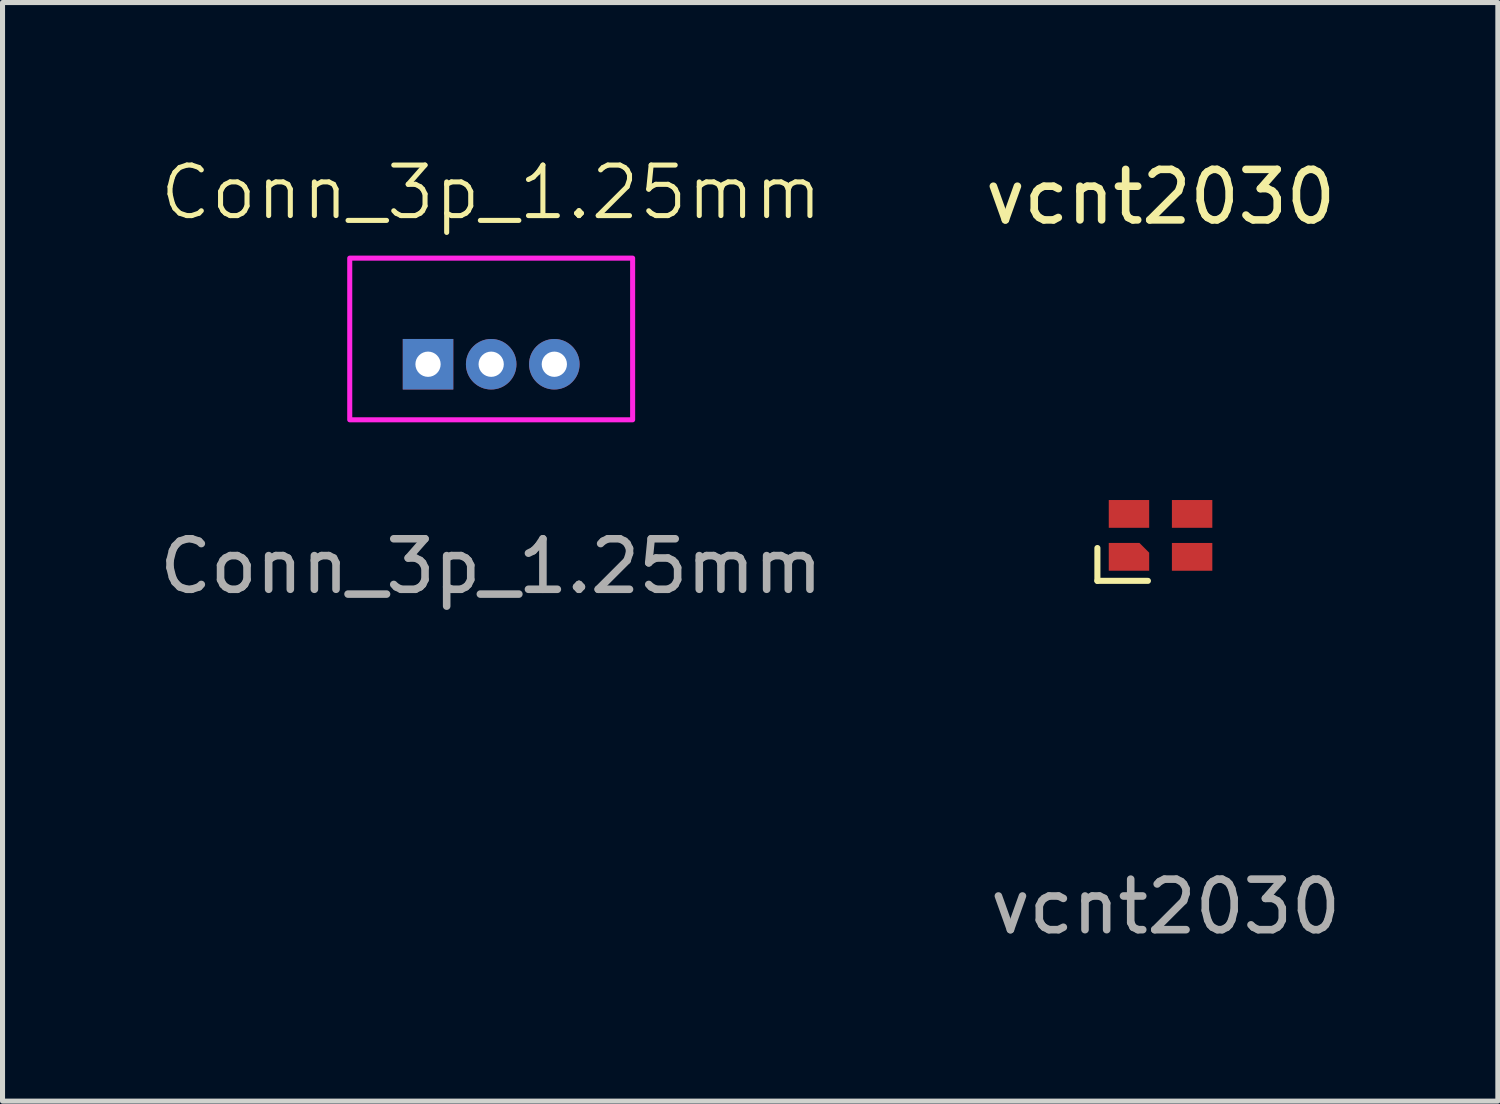
<source format=kicad_pcb>
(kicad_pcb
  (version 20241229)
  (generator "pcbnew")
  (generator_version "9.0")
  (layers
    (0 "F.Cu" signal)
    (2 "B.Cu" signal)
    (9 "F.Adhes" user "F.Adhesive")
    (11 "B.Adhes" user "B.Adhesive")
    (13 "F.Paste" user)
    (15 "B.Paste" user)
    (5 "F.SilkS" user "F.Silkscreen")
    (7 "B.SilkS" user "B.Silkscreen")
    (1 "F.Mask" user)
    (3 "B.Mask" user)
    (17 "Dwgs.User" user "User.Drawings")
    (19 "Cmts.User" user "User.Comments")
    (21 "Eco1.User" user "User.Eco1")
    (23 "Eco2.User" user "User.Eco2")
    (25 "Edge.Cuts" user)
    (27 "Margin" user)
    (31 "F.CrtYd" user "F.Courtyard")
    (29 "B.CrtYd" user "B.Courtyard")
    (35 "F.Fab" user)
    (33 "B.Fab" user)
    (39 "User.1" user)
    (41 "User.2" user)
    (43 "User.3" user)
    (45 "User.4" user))
  (footprint "vcnt2030"
    (layer "F.Cu")
    (at 19.923 7.548)
    (property "Reference" "vcnt2030" (at 0 -6.7 0) (unlocked yes) (layer "F.SilkS") (effects (font (size 1 1) (thickness 0.15))))
    (attr smd)
    (fp_line (start -1.25 0.25) (end -1.25 0.9) (stroke (width 0.12) (type default)) (layer "F.SilkS"))
    (fp_line (start -1.25 0.9) (end -0.25 0.9) (stroke (width 0.12) (type default)) (layer "F.SilkS"))
    (fp_text user "${REFERENCE}" (at 0.1 7.35 0) (unlocked yes) (layer "F.Fab") (effects (font (size 1 1) (thickness 0.15))))
    (pad "1" smd roundrect (at -0.625 0.425) (size 0.8 0.55) (layers "F.Cu" "F.Mask" "F.Paste") (roundrect_rratio 0) (chamfer_ratio 0.35) (chamfer top_right))
    (pad "2" smd rect (at 0.625 0.425) (size 0.8 0.55) (layers "F.Cu" "F.Mask" "F.Paste"))
    (pad "3" smd rect (at 0.625 -0.425) (size 0.8 0.55) (layers "F.Cu" "F.Mask" "F.Paste"))
    (pad "4" smd rect (at -0.625 -0.425) (size 0.8 0.55) (layers "F.Cu" "F.Mask" "F.Paste")))
  (footprint "Conn_3p_1.25mm"
    (layer "F.Cu")
    (at 6.673 4.16)
    (property "Reference" "Conn_3p_1.25mm" (at 0 -3.4 0) (unlocked yes) (layer "F.SilkS") (effects (font (size 1 1) (thickness 0.1))))
    (attr through_hole)
    (fp_rect (start -2.8 -2.1) (end 2.8 1.1) (stroke (width 0.1) (type solid)) (fill no) (layer "F.CrtYd"))
    (fp_text user "${REFERENCE}" (at 0 4 0) (unlocked yes) (layer "F.Fab") (effects (font (size 1 1) (thickness 0.15))))
    (pad "1" thru_hole rect (at -1.25 0) (size 1 1) (drill 0.5) (layers "*.Cu" "*.Mask"))
    (pad "2" thru_hole circle (at 0 0) (size 1 1) (drill 0.5) (layers "*.Cu" "*.Mask"))
    (pad "3" thru_hole circle (at 1.25 0) (size 1 1) (drill 0.5) (layers "*.Cu" "*.Mask")))
  (gr_rect
    (start -3 -3)
    (end 26.6 18.747)
    (stroke (width 0.1) (type default))
    (fill no)
    (layer "Edge.Cuts")))
</source>
